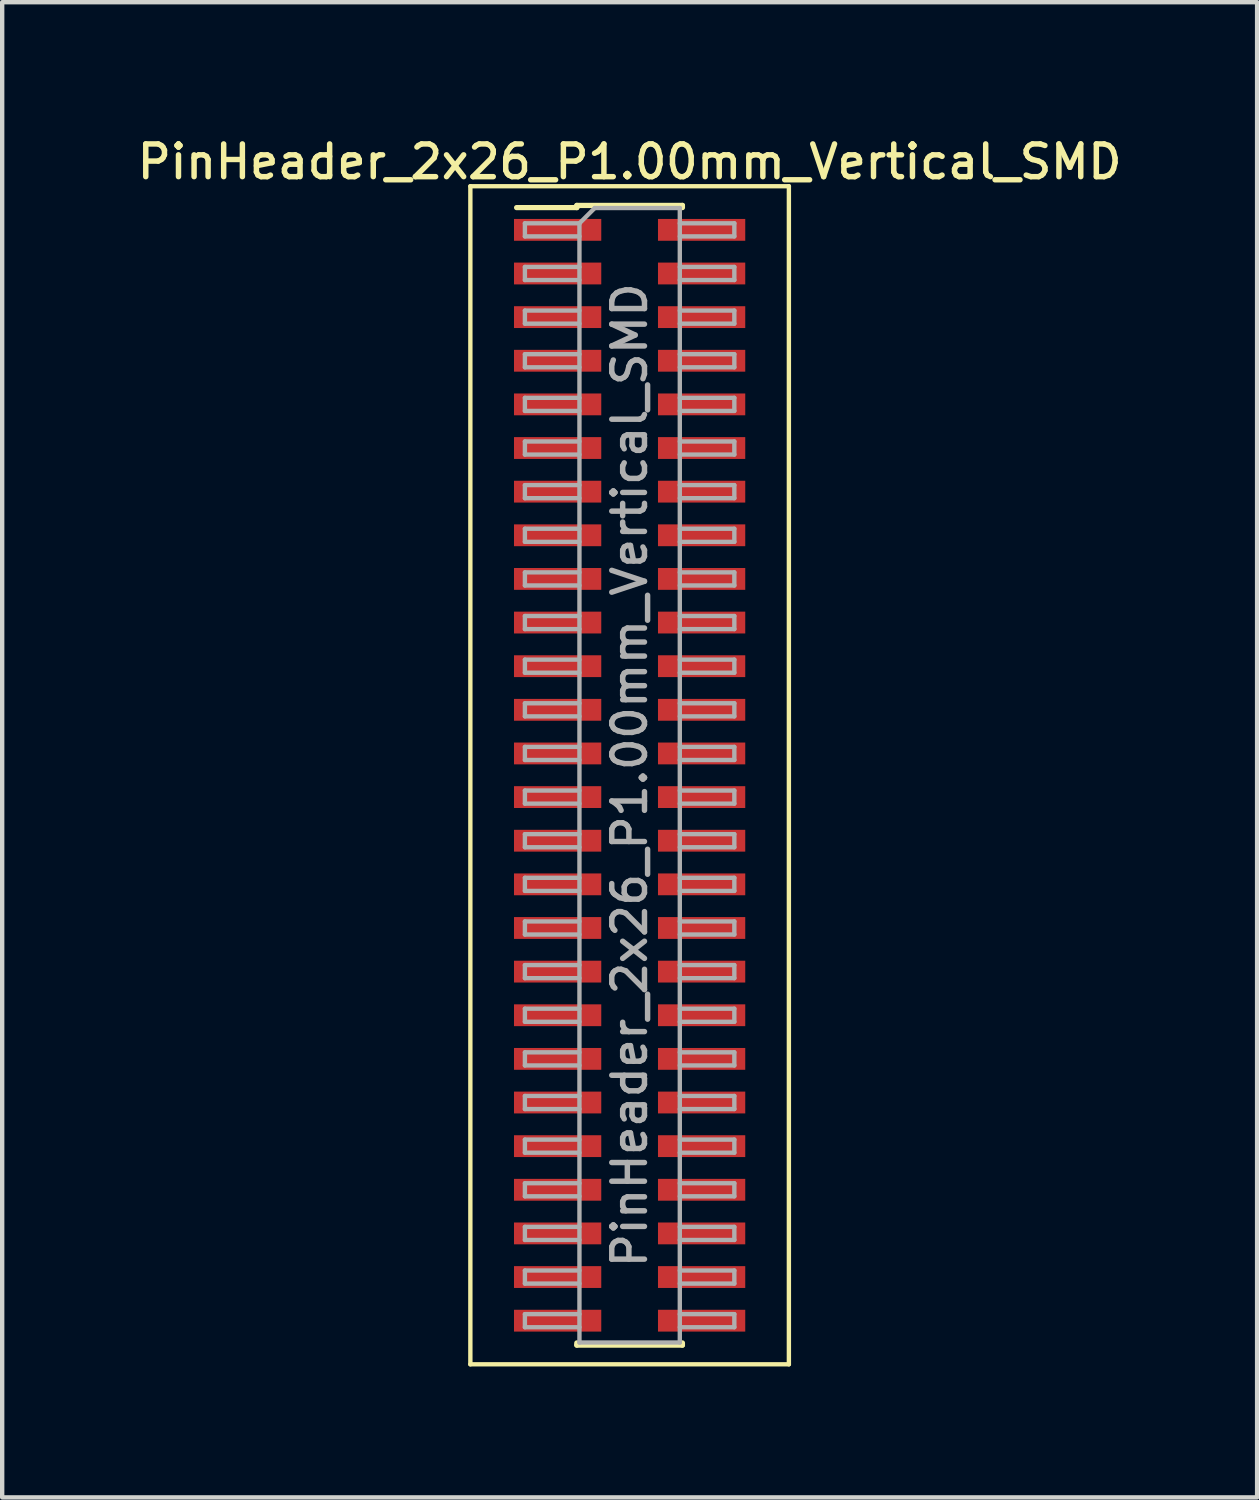
<source format=kicad_pcb>
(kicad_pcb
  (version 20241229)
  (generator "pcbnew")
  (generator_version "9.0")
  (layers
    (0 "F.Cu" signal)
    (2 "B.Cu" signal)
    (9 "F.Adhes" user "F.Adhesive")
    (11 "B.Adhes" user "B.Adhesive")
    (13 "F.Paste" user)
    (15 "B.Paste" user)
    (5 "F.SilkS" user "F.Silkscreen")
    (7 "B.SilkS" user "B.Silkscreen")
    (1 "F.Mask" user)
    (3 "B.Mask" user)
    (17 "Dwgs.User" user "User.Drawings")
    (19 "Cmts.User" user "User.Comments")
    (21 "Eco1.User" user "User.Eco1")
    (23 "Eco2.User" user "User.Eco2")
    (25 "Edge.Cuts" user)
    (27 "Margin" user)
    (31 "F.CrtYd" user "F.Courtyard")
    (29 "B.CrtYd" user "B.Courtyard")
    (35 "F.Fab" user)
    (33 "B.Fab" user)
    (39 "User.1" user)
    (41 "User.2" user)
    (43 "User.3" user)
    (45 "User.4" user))
  (footprint "PinHeader_2x26_P1.00mm_Vertical_SMD"
    (layer "F.Cu")
    (at 11.38 14.718)
    (property "Reference" "PinHeader_2x26_P1.00mm_Vertical_SMD" (at 0 -14.06 0) (layer "F.SilkS") (effects (font (size 0.75 0.75) (thickness 0.125))))
    (attr smd)
    (fp_line (start -3.65 -13.5) (end -3.65 13.5) (stroke (width 0.1) (type solid)) (layer "F.SilkS"))
    (fp_line (start -3.65 13.5) (end 3.65 13.5) (stroke (width 0.1) (type solid)) (layer "F.SilkS"))
    (fp_line (start -2.59 -13.01) (end -1.21 -13.01) (stroke (width 0.12) (type solid)) (layer "F.SilkS"))
    (fp_line (start -1.21 -13.06) (end -1.21 -13.01) (stroke (width 0.12) (type solid)) (layer "F.SilkS"))
    (fp_line (start -1.21 -13.06) (end 1.21 -13.06) (stroke (width 0.12) (type solid)) (layer "F.SilkS"))
    (fp_line (start -1.21 13.01) (end -1.21 13.06) (stroke (width 0.12) (type solid)) (layer "F.SilkS"))
    (fp_line (start -1.21 13.06) (end 1.21 13.06) (stroke (width 0.12) (type solid)) (layer "F.SilkS"))
    (fp_line (start 1.21 -13.06) (end 1.21 -13.01) (stroke (width 0.12) (type solid)) (layer "F.SilkS"))
    (fp_line (start 1.21 13.01) (end 1.21 13.06) (stroke (width 0.12) (type solid)) (layer "F.SilkS"))
    (fp_line (start 3.65 -13.5) (end -3.65 -13.5) (stroke (width 0.1) (type solid)) (layer "F.SilkS"))
    (fp_line (start 3.65 13.5) (end 3.65 -13.5) (stroke (width 0.1) (type solid)) (layer "F.SilkS"))
    (fp_line (start -2.4 -12.65) (end -2.4 -12.35) (stroke (width 0.1) (type solid)) (layer "F.Fab"))
    (fp_line (start -2.4 -12.35) (end -1.15 -12.35) (stroke (width 0.1) (type solid)) (layer "F.Fab"))
    (fp_line (start -2.4 -11.65) (end -2.4 -11.35) (stroke (width 0.1) (type solid)) (layer "F.Fab"))
    (fp_line (start -2.4 -11.35) (end -1.15 -11.35) (stroke (width 0.1) (type solid)) (layer "F.Fab"))
    (fp_line (start -2.4 -10.65) (end -2.4 -10.35) (stroke (width 0.1) (type solid)) (layer "F.Fab"))
    (fp_line (start -2.4 -10.35) (end -1.15 -10.35) (stroke (width 0.1) (type solid)) (layer "F.Fab"))
    (fp_line (start -2.4 -9.65) (end -2.4 -9.35) (stroke (width 0.1) (type solid)) (layer "F.Fab"))
    (fp_line (start -2.4 -9.35) (end -1.15 -9.35) (stroke (width 0.1) (type solid)) (layer "F.Fab"))
    (fp_line (start -2.4 -8.65) (end -2.4 -8.35) (stroke (width 0.1) (type solid)) (layer "F.Fab"))
    (fp_line (start -2.4 -8.35) (end -1.15 -8.35) (stroke (width 0.1) (type solid)) (layer "F.Fab"))
    (fp_line (start -2.4 -7.65) (end -2.4 -7.35) (stroke (width 0.1) (type solid)) (layer "F.Fab"))
    (fp_line (start -2.4 -7.35) (end -1.15 -7.35) (stroke (width 0.1) (type solid)) (layer "F.Fab"))
    (fp_line (start -2.4 -6.65) (end -2.4 -6.35) (stroke (width 0.1) (type solid)) (layer "F.Fab"))
    (fp_line (start -2.4 -6.35) (end -1.15 -6.35) (stroke (width 0.1) (type solid)) (layer "F.Fab"))
    (fp_line (start -2.4 -5.65) (end -2.4 -5.35) (stroke (width 0.1) (type solid)) (layer "F.Fab"))
    (fp_line (start -2.4 -5.35) (end -1.15 -5.35) (stroke (width 0.1) (type solid)) (layer "F.Fab"))
    (fp_line (start -2.4 -4.65) (end -2.4 -4.35) (stroke (width 0.1) (type solid)) (layer "F.Fab"))
    (fp_line (start -2.4 -4.35) (end -1.15 -4.35) (stroke (width 0.1) (type solid)) (layer "F.Fab"))
    (fp_line (start -2.4 -3.65) (end -2.4 -3.35) (stroke (width 0.1) (type solid)) (layer "F.Fab"))
    (fp_line (start -2.4 -3.35) (end -1.15 -3.35) (stroke (width 0.1) (type solid)) (layer "F.Fab"))
    (fp_line (start -2.4 -2.65) (end -2.4 -2.35) (stroke (width 0.1) (type solid)) (layer "F.Fab"))
    (fp_line (start -2.4 -2.35) (end -1.15 -2.35) (stroke (width 0.1) (type solid)) (layer "F.Fab"))
    (fp_line (start -2.4 -1.65) (end -2.4 -1.35) (stroke (width 0.1) (type solid)) (layer "F.Fab"))
    (fp_line (start -2.4 -1.35) (end -1.15 -1.35) (stroke (width 0.1) (type solid)) (layer "F.Fab"))
    (fp_line (start -2.4 -0.65) (end -2.4 -0.35) (stroke (width 0.1) (type solid)) (layer "F.Fab"))
    (fp_line (start -2.4 -0.35) (end -1.15 -0.35) (stroke (width 0.1) (type solid)) (layer "F.Fab"))
    (fp_line (start -2.4 0.35) (end -2.4 0.65) (stroke (width 0.1) (type solid)) (layer "F.Fab"))
    (fp_line (start -2.4 0.65) (end -1.15 0.65) (stroke (width 0.1) (type solid)) (layer "F.Fab"))
    (fp_line (start -2.4 1.35) (end -2.4 1.65) (stroke (width 0.1) (type solid)) (layer "F.Fab"))
    (fp_line (start -2.4 1.65) (end -1.15 1.65) (stroke (width 0.1) (type solid)) (layer "F.Fab"))
    (fp_line (start -2.4 2.35) (end -2.4 2.65) (stroke (width 0.1) (type solid)) (layer "F.Fab"))
    (fp_line (start -2.4 2.65) (end -1.15 2.65) (stroke (width 0.1) (type solid)) (layer "F.Fab"))
    (fp_line (start -2.4 3.35) (end -2.4 3.65) (stroke (width 0.1) (type solid)) (layer "F.Fab"))
    (fp_line (start -2.4 3.65) (end -1.15 3.65) (stroke (width 0.1) (type solid)) (layer "F.Fab"))
    (fp_line (start -2.4 4.35) (end -2.4 4.65) (stroke (width 0.1) (type solid)) (layer "F.Fab"))
    (fp_line (start -2.4 4.65) (end -1.15 4.65) (stroke (width 0.1) (type solid)) (layer "F.Fab"))
    (fp_line (start -2.4 5.35) (end -2.4 5.65) (stroke (width 0.1) (type solid)) (layer "F.Fab"))
    (fp_line (start -2.4 5.65) (end -1.15 5.65) (stroke (width 0.1) (type solid)) (layer "F.Fab"))
    (fp_line (start -2.4 6.35) (end -2.4 6.65) (stroke (width 0.1) (type solid)) (layer "F.Fab"))
    (fp_line (start -2.4 6.65) (end -1.15 6.65) (stroke (width 0.1) (type solid)) (layer "F.Fab"))
    (fp_line (start -2.4 7.35) (end -2.4 7.65) (stroke (width 0.1) (type solid)) (layer "F.Fab"))
    (fp_line (start -2.4 7.65) (end -1.15 7.65) (stroke (width 0.1) (type solid)) (layer "F.Fab"))
    (fp_line (start -2.4 8.35) (end -2.4 8.65) (stroke (width 0.1) (type solid)) (layer "F.Fab"))
    (fp_line (start -2.4 8.65) (end -1.15 8.65) (stroke (width 0.1) (type solid)) (layer "F.Fab"))
    (fp_line (start -2.4 9.35) (end -2.4 9.65) (stroke (width 0.1) (type solid)) (layer "F.Fab"))
    (fp_line (start -2.4 9.65) (end -1.15 9.65) (stroke (width 0.1) (type solid)) (layer "F.Fab"))
    (fp_line (start -2.4 10.35) (end -2.4 10.65) (stroke (width 0.1) (type solid)) (layer "F.Fab"))
    (fp_line (start -2.4 10.65) (end -1.15 10.65) (stroke (width 0.1) (type solid)) (layer "F.Fab"))
    (fp_line (start -2.4 11.35) (end -2.4 11.65) (stroke (width 0.1) (type solid)) (layer "F.Fab"))
    (fp_line (start -2.4 11.65) (end -1.15 11.65) (stroke (width 0.1) (type solid)) (layer "F.Fab"))
    (fp_line (start -2.4 12.35) (end -2.4 12.65) (stroke (width 0.1) (type solid)) (layer "F.Fab"))
    (fp_line (start -2.4 12.65) (end -1.15 12.65) (stroke (width 0.1) (type solid)) (layer "F.Fab"))
    (fp_line (start -1.15 -12.65) (end -2.4 -12.65) (stroke (width 0.1) (type solid)) (layer "F.Fab"))
    (fp_line (start -1.15 -12.65) (end -0.8 -13) (stroke (width 0.1) (type solid)) (layer "F.Fab"))
    (fp_line (start -1.15 -11.65) (end -2.4 -11.65) (stroke (width 0.1) (type solid)) (layer "F.Fab"))
    (fp_line (start -1.15 -10.65) (end -2.4 -10.65) (stroke (width 0.1) (type solid)) (layer "F.Fab"))
    (fp_line (start -1.15 -9.65) (end -2.4 -9.65) (stroke (width 0.1) (type solid)) (layer "F.Fab"))
    (fp_line (start -1.15 -8.65) (end -2.4 -8.65) (stroke (width 0.1) (type solid)) (layer "F.Fab"))
    (fp_line (start -1.15 -7.65) (end -2.4 -7.65) (stroke (width 0.1) (type solid)) (layer "F.Fab"))
    (fp_line (start -1.15 -6.65) (end -2.4 -6.65) (stroke (width 0.1) (type solid)) (layer "F.Fab"))
    (fp_line (start -1.15 -5.65) (end -2.4 -5.65) (stroke (width 0.1) (type solid)) (layer "F.Fab"))
    (fp_line (start -1.15 -4.65) (end -2.4 -4.65) (stroke (width 0.1) (type solid)) (layer "F.Fab"))
    (fp_line (start -1.15 -3.65) (end -2.4 -3.65) (stroke (width 0.1) (type solid)) (layer "F.Fab"))
    (fp_line (start -1.15 -2.65) (end -2.4 -2.65) (stroke (width 0.1) (type solid)) (layer "F.Fab"))
    (fp_line (start -1.15 -1.65) (end -2.4 -1.65) (stroke (width 0.1) (type solid)) (layer "F.Fab"))
    (fp_line (start -1.15 -0.65) (end -2.4 -0.65) (stroke (width 0.1) (type solid)) (layer "F.Fab"))
    (fp_line (start -1.15 0.35) (end -2.4 0.35) (stroke (width 0.1) (type solid)) (layer "F.Fab"))
    (fp_line (start -1.15 1.35) (end -2.4 1.35) (stroke (width 0.1) (type solid)) (layer "F.Fab"))
    (fp_line (start -1.15 2.35) (end -2.4 2.35) (stroke (width 0.1) (type solid)) (layer "F.Fab"))
    (fp_line (start -1.15 3.35) (end -2.4 3.35) (stroke (width 0.1) (type solid)) (layer "F.Fab"))
    (fp_line (start -1.15 4.35) (end -2.4 4.35) (stroke (width 0.1) (type solid)) (layer "F.Fab"))
    (fp_line (start -1.15 5.35) (end -2.4 5.35) (stroke (width 0.1) (type solid)) (layer "F.Fab"))
    (fp_line (start -1.15 6.35) (end -2.4 6.35) (stroke (width 0.1) (type solid)) (layer "F.Fab"))
    (fp_line (start -1.15 7.35) (end -2.4 7.35) (stroke (width 0.1) (type solid)) (layer "F.Fab"))
    (fp_line (start -1.15 8.35) (end -2.4 8.35) (stroke (width 0.1) (type solid)) (layer "F.Fab"))
    (fp_line (start -1.15 9.35) (end -2.4 9.35) (stroke (width 0.1) (type solid)) (layer "F.Fab"))
    (fp_line (start -1.15 10.35) (end -2.4 10.35) (stroke (width 0.1) (type solid)) (layer "F.Fab"))
    (fp_line (start -1.15 11.35) (end -2.4 11.35) (stroke (width 0.1) (type solid)) (layer "F.Fab"))
    (fp_line (start -1.15 12.35) (end -2.4 12.35) (stroke (width 0.1) (type solid)) (layer "F.Fab"))
    (fp_line (start -1.15 13) (end -1.15 -12.65) (stroke (width 0.1) (type solid)) (layer "F.Fab"))
    (fp_line (start -0.8 -13) (end 1.15 -13) (stroke (width 0.1) (type solid)) (layer "F.Fab"))
    (fp_line (start 1.15 -13) (end 1.15 13) (stroke (width 0.1) (type solid)) (layer "F.Fab"))
    (fp_line (start 1.15 -12.65) (end 2.4 -12.65) (stroke (width 0.1) (type solid)) (layer "F.Fab"))
    (fp_line (start 1.15 -11.65) (end 2.4 -11.65) (stroke (width 0.1) (type solid)) (layer "F.Fab"))
    (fp_line (start 1.15 -10.65) (end 2.4 -10.65) (stroke (width 0.1) (type solid)) (layer "F.Fab"))
    (fp_line (start 1.15 -9.65) (end 2.4 -9.65) (stroke (width 0.1) (type solid)) (layer "F.Fab"))
    (fp_line (start 1.15 -8.65) (end 2.4 -8.65) (stroke (width 0.1) (type solid)) (layer "F.Fab"))
    (fp_line (start 1.15 -7.65) (end 2.4 -7.65) (stroke (width 0.1) (type solid)) (layer "F.Fab"))
    (fp_line (start 1.15 -6.65) (end 2.4 -6.65) (stroke (width 0.1) (type solid)) (layer "F.Fab"))
    (fp_line (start 1.15 -5.65) (end 2.4 -5.65) (stroke (width 0.1) (type solid)) (layer "F.Fab"))
    (fp_line (start 1.15 -4.65) (end 2.4 -4.65) (stroke (width 0.1) (type solid)) (layer "F.Fab"))
    (fp_line (start 1.15 -3.65) (end 2.4 -3.65) (stroke (width 0.1) (type solid)) (layer "F.Fab"))
    (fp_line (start 1.15 -2.65) (end 2.4 -2.65) (stroke (width 0.1) (type solid)) (layer "F.Fab"))
    (fp_line (start 1.15 -1.65) (end 2.4 -1.65) (stroke (width 0.1) (type solid)) (layer "F.Fab"))
    (fp_line (start 1.15 -0.65) (end 2.4 -0.65) (stroke (width 0.1) (type solid)) (layer "F.Fab"))
    (fp_line (start 1.15 0.35) (end 2.4 0.35) (stroke (width 0.1) (type solid)) (layer "F.Fab"))
    (fp_line (start 1.15 1.35) (end 2.4 1.35) (stroke (width 0.1) (type solid)) (layer "F.Fab"))
    (fp_line (start 1.15 2.35) (end 2.4 2.35) (stroke (width 0.1) (type solid)) (layer "F.Fab"))
    (fp_line (start 1.15 3.35) (end 2.4 3.35) (stroke (width 0.1) (type solid)) (layer "F.Fab"))
    (fp_line (start 1.15 4.35) (end 2.4 4.35) (stroke (width 0.1) (type solid)) (layer "F.Fab"))
    (fp_line (start 1.15 5.35) (end 2.4 5.35) (stroke (width 0.1) (type solid)) (layer "F.Fab"))
    (fp_line (start 1.15 6.35) (end 2.4 6.35) (stroke (width 0.1) (type solid)) (layer "F.Fab"))
    (fp_line (start 1.15 7.35) (end 2.4 7.35) (stroke (width 0.1) (type solid)) (layer "F.Fab"))
    (fp_line (start 1.15 8.35) (end 2.4 8.35) (stroke (width 0.1) (type solid)) (layer "F.Fab"))
    (fp_line (start 1.15 9.35) (end 2.4 9.35) (stroke (width 0.1) (type solid)) (layer "F.Fab"))
    (fp_line (start 1.15 10.35) (end 2.4 10.35) (stroke (width 0.1) (type solid)) (layer "F.Fab"))
    (fp_line (start 1.15 11.35) (end 2.4 11.35) (stroke (width 0.1) (type solid)) (layer "F.Fab"))
    (fp_line (start 1.15 12.35) (end 2.4 12.35) (stroke (width 0.1) (type solid)) (layer "F.Fab"))
    (fp_line (start 1.15 13) (end -1.15 13) (stroke (width 0.1) (type solid)) (layer "F.Fab"))
    (fp_line (start 2.4 -12.65) (end 2.4 -12.35) (stroke (width 0.1) (type solid)) (layer "F.Fab"))
    (fp_line (start 2.4 -12.35) (end 1.15 -12.35) (stroke (width 0.1) (type solid)) (layer "F.Fab"))
    (fp_line (start 2.4 -11.65) (end 2.4 -11.35) (stroke (width 0.1) (type solid)) (layer "F.Fab"))
    (fp_line (start 2.4 -11.35) (end 1.15 -11.35) (stroke (width 0.1) (type solid)) (layer "F.Fab"))
    (fp_line (start 2.4 -10.65) (end 2.4 -10.35) (stroke (width 0.1) (type solid)) (layer "F.Fab"))
    (fp_line (start 2.4 -10.35) (end 1.15 -10.35) (stroke (width 0.1) (type solid)) (layer "F.Fab"))
    (fp_line (start 2.4 -9.65) (end 2.4 -9.35) (stroke (width 0.1) (type solid)) (layer "F.Fab"))
    (fp_line (start 2.4 -9.35) (end 1.15 -9.35) (stroke (width 0.1) (type solid)) (layer "F.Fab"))
    (fp_line (start 2.4 -8.65) (end 2.4 -8.35) (stroke (width 0.1) (type solid)) (layer "F.Fab"))
    (fp_line (start 2.4 -8.35) (end 1.15 -8.35) (stroke (width 0.1) (type solid)) (layer "F.Fab"))
    (fp_line (start 2.4 -7.65) (end 2.4 -7.35) (stroke (width 0.1) (type solid)) (layer "F.Fab"))
    (fp_line (start 2.4 -7.35) (end 1.15 -7.35) (stroke (width 0.1) (type solid)) (layer "F.Fab"))
    (fp_line (start 2.4 -6.65) (end 2.4 -6.35) (stroke (width 0.1) (type solid)) (layer "F.Fab"))
    (fp_line (start 2.4 -6.35) (end 1.15 -6.35) (stroke (width 0.1) (type solid)) (layer "F.Fab"))
    (fp_line (start 2.4 -5.65) (end 2.4 -5.35) (stroke (width 0.1) (type solid)) (layer "F.Fab"))
    (fp_line (start 2.4 -5.35) (end 1.15 -5.35) (stroke (width 0.1) (type solid)) (layer "F.Fab"))
    (fp_line (start 2.4 -4.65) (end 2.4 -4.35) (stroke (width 0.1) (type solid)) (layer "F.Fab"))
    (fp_line (start 2.4 -4.35) (end 1.15 -4.35) (stroke (width 0.1) (type solid)) (layer "F.Fab"))
    (fp_line (start 2.4 -3.65) (end 2.4 -3.35) (stroke (width 0.1) (type solid)) (layer "F.Fab"))
    (fp_line (start 2.4 -3.35) (end 1.15 -3.35) (stroke (width 0.1) (type solid)) (layer "F.Fab"))
    (fp_line (start 2.4 -2.65) (end 2.4 -2.35) (stroke (width 0.1) (type solid)) (layer "F.Fab"))
    (fp_line (start 2.4 -2.35) (end 1.15 -2.35) (stroke (width 0.1) (type solid)) (layer "F.Fab"))
    (fp_line (start 2.4 -1.65) (end 2.4 -1.35) (stroke (width 0.1) (type solid)) (layer "F.Fab"))
    (fp_line (start 2.4 -1.35) (end 1.15 -1.35) (stroke (width 0.1) (type solid)) (layer "F.Fab"))
    (fp_line (start 2.4 -0.65) (end 2.4 -0.35) (stroke (width 0.1) (type solid)) (layer "F.Fab"))
    (fp_line (start 2.4 -0.35) (end 1.15 -0.35) (stroke (width 0.1) (type solid)) (layer "F.Fab"))
    (fp_line (start 2.4 0.35) (end 2.4 0.65) (stroke (width 0.1) (type solid)) (layer "F.Fab"))
    (fp_line (start 2.4 0.65) (end 1.15 0.65) (stroke (width 0.1) (type solid)) (layer "F.Fab"))
    (fp_line (start 2.4 1.35) (end 2.4 1.65) (stroke (width 0.1) (type solid)) (layer "F.Fab"))
    (fp_line (start 2.4 1.65) (end 1.15 1.65) (stroke (width 0.1) (type solid)) (layer "F.Fab"))
    (fp_line (start 2.4 2.35) (end 2.4 2.65) (stroke (width 0.1) (type solid)) (layer "F.Fab"))
    (fp_line (start 2.4 2.65) (end 1.15 2.65) (stroke (width 0.1) (type solid)) (layer "F.Fab"))
    (fp_line (start 2.4 3.35) (end 2.4 3.65) (stroke (width 0.1) (type solid)) (layer "F.Fab"))
    (fp_line (start 2.4 3.65) (end 1.15 3.65) (stroke (width 0.1) (type solid)) (layer "F.Fab"))
    (fp_line (start 2.4 4.35) (end 2.4 4.65) (stroke (width 0.1) (type solid)) (layer "F.Fab"))
    (fp_line (start 2.4 4.65) (end 1.15 4.65) (stroke (width 0.1) (type solid)) (layer "F.Fab"))
    (fp_line (start 2.4 5.35) (end 2.4 5.65) (stroke (width 0.1) (type solid)) (layer "F.Fab"))
    (fp_line (start 2.4 5.65) (end 1.15 5.65) (stroke (width 0.1) (type solid)) (layer "F.Fab"))
    (fp_line (start 2.4 6.35) (end 2.4 6.65) (stroke (width 0.1) (type solid)) (layer "F.Fab"))
    (fp_line (start 2.4 6.65) (end 1.15 6.65) (stroke (width 0.1) (type solid)) (layer "F.Fab"))
    (fp_line (start 2.4 7.35) (end 2.4 7.65) (stroke (width 0.1) (type solid)) (layer "F.Fab"))
    (fp_line (start 2.4 7.65) (end 1.15 7.65) (stroke (width 0.1) (type solid)) (layer "F.Fab"))
    (fp_line (start 2.4 8.35) (end 2.4 8.65) (stroke (width 0.1) (type solid)) (layer "F.Fab"))
    (fp_line (start 2.4 8.65) (end 1.15 8.65) (stroke (width 0.1) (type solid)) (layer "F.Fab"))
    (fp_line (start 2.4 9.35) (end 2.4 9.65) (stroke (width 0.1) (type solid)) (layer "F.Fab"))
    (fp_line (start 2.4 9.65) (end 1.15 9.65) (stroke (width 0.1) (type solid)) (layer "F.Fab"))
    (fp_line (start 2.4 10.35) (end 2.4 10.65) (stroke (width 0.1) (type solid)) (layer "F.Fab"))
    (fp_line (start 2.4 10.65) (end 1.15 10.65) (stroke (width 0.1) (type solid)) (layer "F.Fab"))
    (fp_line (start 2.4 11.35) (end 2.4 11.65) (stroke (width 0.1) (type solid)) (layer "F.Fab"))
    (fp_line (start 2.4 11.65) (end 1.15 11.65) (stroke (width 0.1) (type solid)) (layer "F.Fab"))
    (fp_line (start 2.4 12.35) (end 2.4 12.65) (stroke (width 0.1) (type solid)) (layer "F.Fab"))
    (fp_line (start 2.4 12.65) (end 1.15 12.65) (stroke (width 0.1) (type solid)) (layer "F.Fab"))
    (fp_text user "${REFERENCE}" (at 0 0 90) (layer "F.Fab") (effects (font (size 0.75 0.75) (thickness 0.125))))
    (pad "1" smd rect (at -1.65 -12.5) (size 2 0.5) (layers "F.Cu" "F.Mask" "F.Paste"))
    (pad "2" smd rect (at 1.65 -12.5) (size 2 0.5) (layers "F.Cu" "F.Mask" "F.Paste"))
    (pad "3" smd rect (at -1.65 -11.5) (size 2 0.5) (layers "F.Cu" "F.Mask" "F.Paste"))
    (pad "4" smd rect (at 1.65 -11.5) (size 2 0.5) (layers "F.Cu" "F.Mask" "F.Paste"))
    (pad "5" smd rect (at -1.65 -10.5) (size 2 0.5) (layers "F.Cu" "F.Mask" "F.Paste"))
    (pad "6" smd rect (at 1.65 -10.5) (size 2 0.5) (layers "F.Cu" "F.Mask" "F.Paste"))
    (pad "7" smd rect (at -1.65 -9.5) (size 2 0.5) (layers "F.Cu" "F.Mask" "F.Paste"))
    (pad "8" smd rect (at 1.65 -9.5) (size 2 0.5) (layers "F.Cu" "F.Mask" "F.Paste"))
    (pad "9" smd rect (at -1.65 -8.5) (size 2 0.5) (layers "F.Cu" "F.Mask" "F.Paste"))
    (pad "10" smd rect (at 1.65 -8.5) (size 2 0.5) (layers "F.Cu" "F.Mask" "F.Paste"))
    (pad "11" smd rect (at -1.65 -7.5) (size 2 0.5) (layers "F.Cu" "F.Mask" "F.Paste"))
    (pad "12" smd rect (at 1.65 -7.5) (size 2 0.5) (layers "F.Cu" "F.Mask" "F.Paste"))
    (pad "13" smd rect (at -1.65 -6.5) (size 2 0.5) (layers "F.Cu" "F.Mask" "F.Paste"))
    (pad "14" smd rect (at 1.65 -6.5) (size 2 0.5) (layers "F.Cu" "F.Mask" "F.Paste"))
    (pad "15" smd rect (at -1.65 -5.5) (size 2 0.5) (layers "F.Cu" "F.Mask" "F.Paste"))
    (pad "16" smd rect (at 1.65 -5.5) (size 2 0.5) (layers "F.Cu" "F.Mask" "F.Paste"))
    (pad "17" smd rect (at -1.65 -4.5) (size 2 0.5) (layers "F.Cu" "F.Mask" "F.Paste"))
    (pad "18" smd rect (at 1.65 -4.5) (size 2 0.5) (layers "F.Cu" "F.Mask" "F.Paste"))
    (pad "19" smd rect (at -1.65 -3.5) (size 2 0.5) (layers "F.Cu" "F.Mask" "F.Paste"))
    (pad "20" smd rect (at 1.65 -3.5) (size 2 0.5) (layers "F.Cu" "F.Mask" "F.Paste"))
    (pad "21" smd rect (at -1.65 -2.5) (size 2 0.5) (layers "F.Cu" "F.Mask" "F.Paste"))
    (pad "22" smd rect (at 1.65 -2.5) (size 2 0.5) (layers "F.Cu" "F.Mask" "F.Paste"))
    (pad "23" smd rect (at -1.65 -1.5) (size 2 0.5) (layers "F.Cu" "F.Mask" "F.Paste"))
    (pad "24" smd rect (at 1.65 -1.5) (size 2 0.5) (layers "F.Cu" "F.Mask" "F.Paste"))
    (pad "25" smd rect (at -1.65 -0.5) (size 2 0.5) (layers "F.Cu" "F.Mask" "F.Paste"))
    (pad "26" smd rect (at 1.65 -0.5) (size 2 0.5) (layers "F.Cu" "F.Mask" "F.Paste"))
    (pad "27" smd rect (at -1.65 0.5) (size 2 0.5) (layers "F.Cu" "F.Mask" "F.Paste"))
    (pad "28" smd rect (at 1.65 0.5) (size 2 0.5) (layers "F.Cu" "F.Mask" "F.Paste"))
    (pad "29" smd rect (at -1.65 1.5) (size 2 0.5) (layers "F.Cu" "F.Mask" "F.Paste"))
    (pad "30" smd rect (at 1.65 1.5) (size 2 0.5) (layers "F.Cu" "F.Mask" "F.Paste"))
    (pad "31" smd rect (at -1.65 2.5) (size 2 0.5) (layers "F.Cu" "F.Mask" "F.Paste"))
    (pad "32" smd rect (at 1.65 2.5) (size 2 0.5) (layers "F.Cu" "F.Mask" "F.Paste"))
    (pad "33" smd rect (at -1.65 3.5) (size 2 0.5) (layers "F.Cu" "F.Mask" "F.Paste"))
    (pad "34" smd rect (at 1.65 3.5) (size 2 0.5) (layers "F.Cu" "F.Mask" "F.Paste"))
    (pad "35" smd rect (at -1.65 4.5) (size 2 0.5) (layers "F.Cu" "F.Mask" "F.Paste"))
    (pad "36" smd rect (at 1.65 4.5) (size 2 0.5) (layers "F.Cu" "F.Mask" "F.Paste"))
    (pad "37" smd rect (at -1.65 5.5) (size 2 0.5) (layers "F.Cu" "F.Mask" "F.Paste"))
    (pad "38" smd rect (at 1.65 5.5) (size 2 0.5) (layers "F.Cu" "F.Mask" "F.Paste"))
    (pad "39" smd rect (at -1.65 6.5) (size 2 0.5) (layers "F.Cu" "F.Mask" "F.Paste"))
    (pad "40" smd rect (at 1.65 6.5) (size 2 0.5) (layers "F.Cu" "F.Mask" "F.Paste"))
    (pad "41" smd rect (at -1.65 7.5) (size 2 0.5) (layers "F.Cu" "F.Mask" "F.Paste"))
    (pad "42" smd rect (at 1.65 7.5) (size 2 0.5) (layers "F.Cu" "F.Mask" "F.Paste"))
    (pad "43" smd rect (at -1.65 8.5) (size 2 0.5) (layers "F.Cu" "F.Mask" "F.Paste"))
    (pad "44" smd rect (at 1.65 8.5) (size 2 0.5) (layers "F.Cu" "F.Mask" "F.Paste"))
    (pad "45" smd rect (at -1.65 9.5) (size 2 0.5) (layers "F.Cu" "F.Mask" "F.Paste"))
    (pad "46" smd rect (at 1.65 9.5) (size 2 0.5) (layers "F.Cu" "F.Mask" "F.Paste"))
    (pad "47" smd rect (at -1.65 10.5) (size 2 0.5) (layers "F.Cu" "F.Mask" "F.Paste"))
    (pad "48" smd rect (at 1.65 10.5) (size 2 0.5) (layers "F.Cu" "F.Mask" "F.Paste"))
    (pad "49" smd rect (at -1.65 11.5) (size 2 0.5) (layers "F.Cu" "F.Mask" "F.Paste"))
    (pad "50" smd rect (at 1.65 11.5) (size 2 0.5) (layers "F.Cu" "F.Mask" "F.Paste"))
    (pad "51" smd rect (at -1.65 12.5) (size 2 0.5) (layers "F.Cu" "F.Mask" "F.Paste"))
    (pad "52" smd rect (at 1.65 12.5) (size 2 0.5) (layers "F.Cu" "F.Mask" "F.Paste")))
  (gr_rect
    (start -3 -3)
    (end 25.761 31.268)
    (stroke (width 0.1) (type default))
    (fill no)
    (layer "Edge.Cuts")))
</source>
